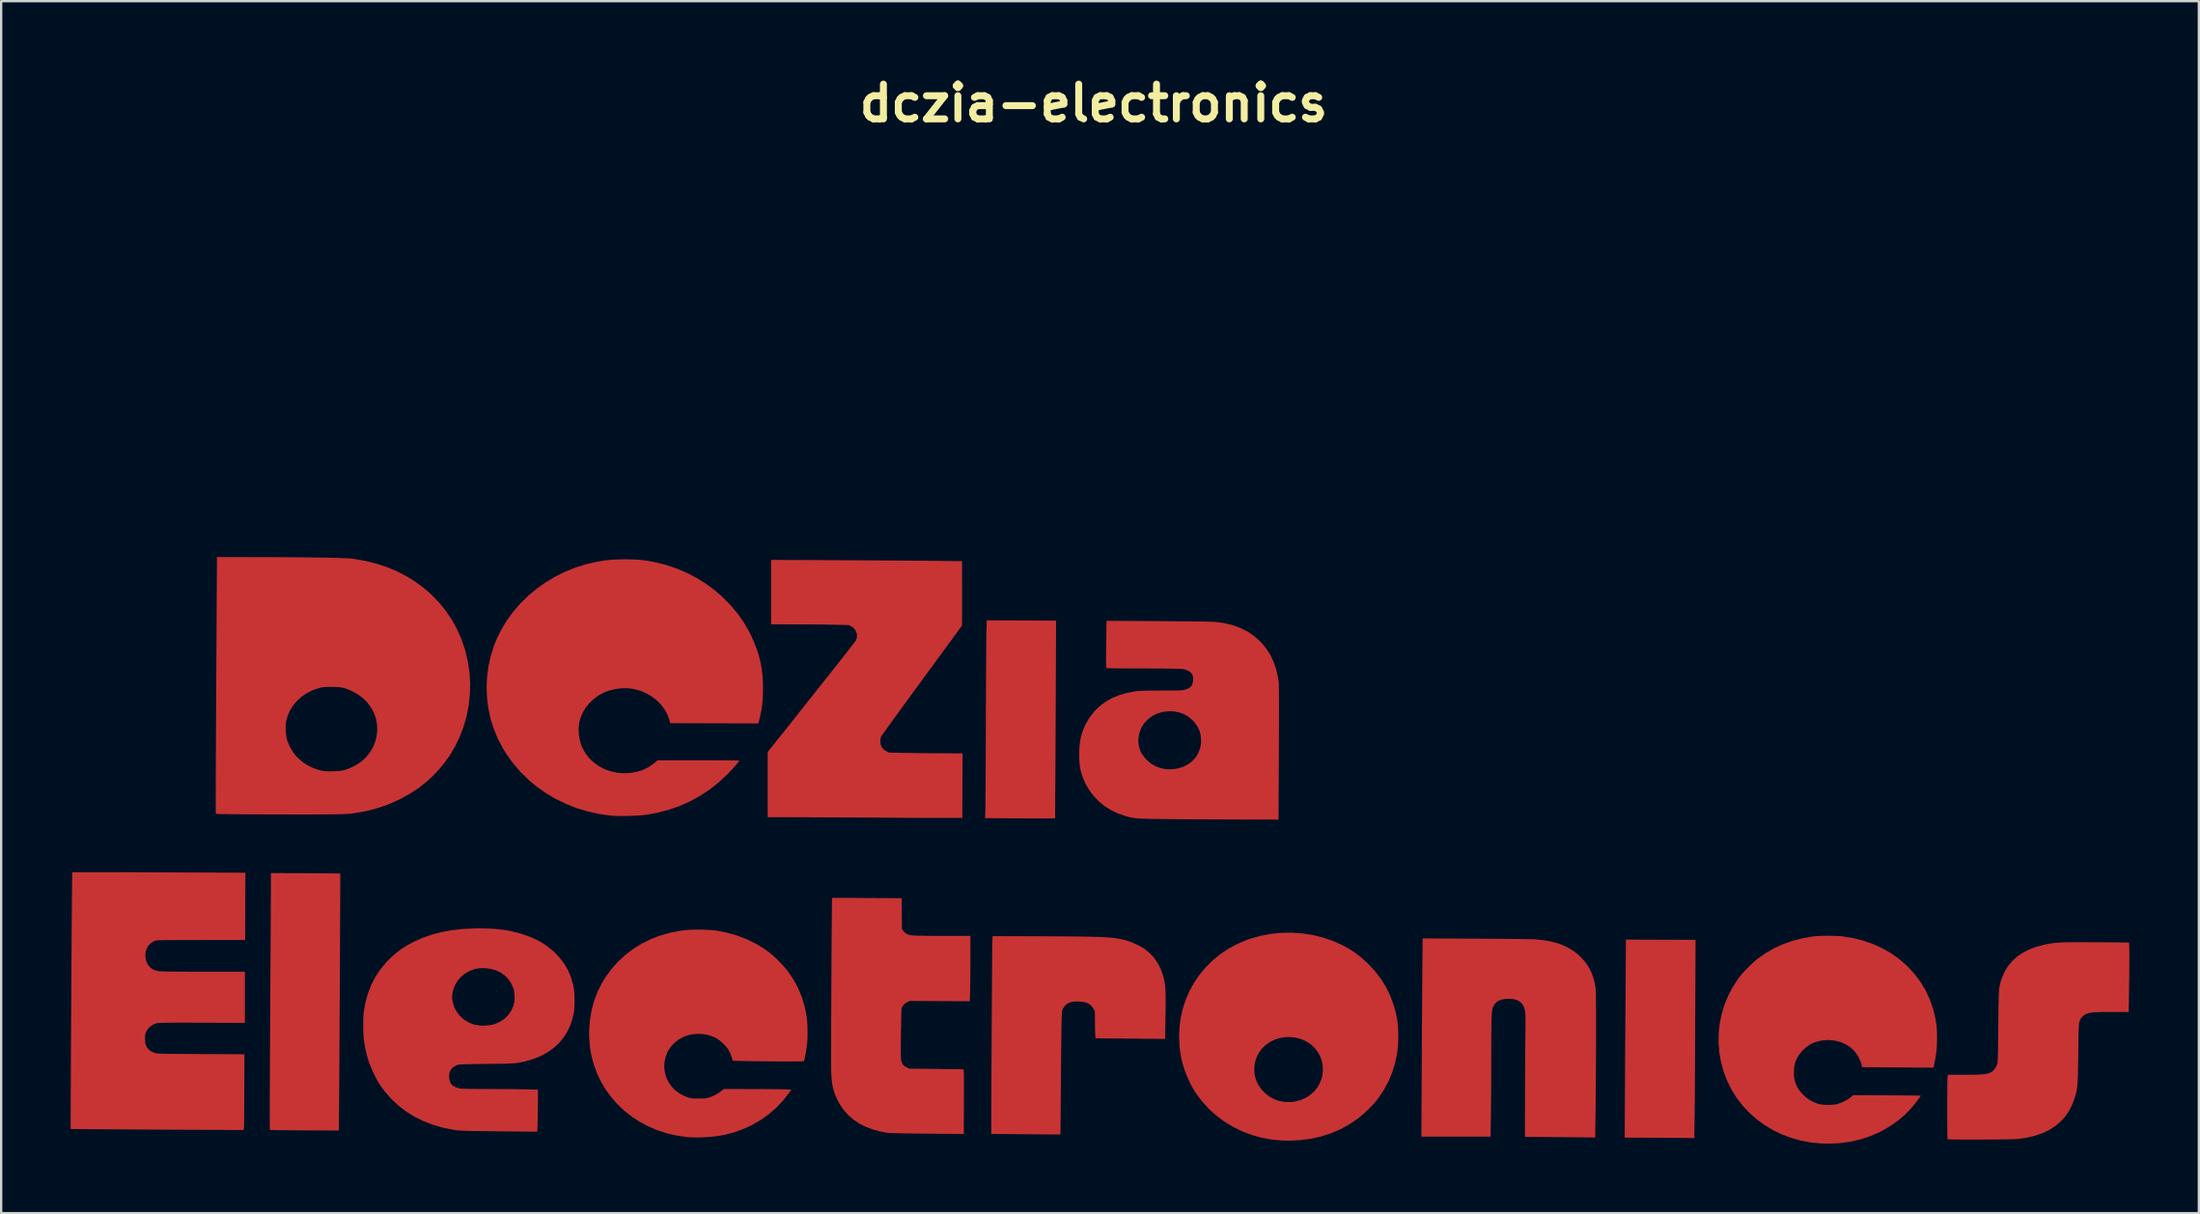
<source format=kicad_pcb>
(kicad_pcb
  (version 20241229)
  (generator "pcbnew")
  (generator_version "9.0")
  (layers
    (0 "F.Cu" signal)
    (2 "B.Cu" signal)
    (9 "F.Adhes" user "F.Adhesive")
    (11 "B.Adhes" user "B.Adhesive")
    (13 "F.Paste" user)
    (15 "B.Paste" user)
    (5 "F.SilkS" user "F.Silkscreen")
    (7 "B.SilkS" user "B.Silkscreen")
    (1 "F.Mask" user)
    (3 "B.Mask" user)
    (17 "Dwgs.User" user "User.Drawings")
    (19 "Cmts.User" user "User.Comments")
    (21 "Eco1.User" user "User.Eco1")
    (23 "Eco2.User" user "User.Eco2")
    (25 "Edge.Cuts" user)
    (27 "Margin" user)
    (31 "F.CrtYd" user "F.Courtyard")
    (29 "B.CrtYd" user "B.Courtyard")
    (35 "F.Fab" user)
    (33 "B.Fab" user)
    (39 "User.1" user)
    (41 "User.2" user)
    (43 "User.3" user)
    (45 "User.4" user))
  (footprint "dczia-electronics"
    (layer "F.Cu")
    (at 44.147 1.404)
    (property "Reference" "dczia-electronics" (at 0 0 0) (layer "F.SilkS") (effects (font (size 1.5 1.5) (thickness 0.3))))
    (attr board_only exclude_from_pos_files exclude_from_bom)
    (fp_poly (pts (xy 23.086 36.109) (xy 23.126 36.11) (xy 23.205 36.11) (xy 23.318 36.11) (xy 23.462 36.111) (xy 23.633 36.112) (xy 23.826 36.112) (xy 24.039 36.113) (xy 24.267 36.114) (xy 24.507 36.115) (xy 24.587 36.115) (xy 25.978 36.119) (xy 25.964 39.472) (xy 25.963 39.863) (xy 25.961 40.254) (xy 25.959 40.64) (xy 25.957 41.02) (xy 25.955 41.39) (xy 25.953 41.746) (xy 25.951 42.085) (xy 25.949 42.405) (xy 25.947 42.702) (xy 25.945 42.973) (xy 25.943 43.215) (xy 25.941 43.424) (xy 25.939 43.598) (xy 25.937 43.733) (xy 25.937 43.751) (xy 25.924 44.678) (xy 25.582 44.673) (xy 25.494 44.672) (xy 25.37 44.67) (xy 25.213 44.669) (xy 25.031 44.668) (xy 24.829 44.666) (xy 24.611 44.665) (xy 24.384 44.663) (xy 24.153 44.662) (xy 24.08 44.662) (xy 22.919 44.656) (xy 22.934 42.098) (xy 22.936 41.73) (xy 22.938 41.344) (xy 22.94 40.948) (xy 22.943 40.545) (xy 22.945 40.142) (xy 22.948 39.744) (xy 22.951 39.357) (xy 22.953 38.986) (xy 22.955 38.636) (xy 22.958 38.314) (xy 22.96 38.024) (xy 22.961 37.825) (xy 22.974 36.109)) (stroke (width 0) (type solid)) (fill yes) (layer "F.Cu"))
    (fp_poly (pts (xy -3.117 22.333) (xy -1.621 22.339) (xy -1.629 24.68) (xy -1.631 25.044) (xy -1.632 25.433) (xy -1.634 25.84) (xy -1.636 26.258) (xy -1.638 26.68) (xy -1.64 27.1) (xy -1.642 27.512) (xy -1.644 27.908) (xy -1.646 28.282) (xy -1.648 28.627) (xy -1.65 28.937) (xy -1.65 28.948) (xy -1.663 30.876) (xy -2.521 30.877) (xy -2.743 30.877) (xy -2.982 30.876) (xy -3.228 30.875) (xy -3.471 30.874) (xy -3.699 30.873) (xy -3.903 30.872) (xy -4.032 30.871) (xy -4.686 30.865) (xy -4.674 30.585) (xy -4.672 30.532) (xy -4.671 30.441) (xy -4.669 30.311) (xy -4.667 30.147) (xy -4.666 29.95) (xy -4.664 29.722) (xy -4.662 29.468) (xy -4.66 29.188) (xy -4.659 28.885) (xy -4.657 28.562) (xy -4.655 28.221) (xy -4.654 27.864) (xy -4.652 27.495) (xy -4.651 27.115) (xy -4.65 26.809) (xy -4.649 26.418) (xy -4.647 26.034) (xy -4.646 25.659) (xy -4.644 25.295) (xy -4.643 24.945) (xy -4.641 24.612) (xy -4.639 24.298) (xy -4.637 24.007) (xy -4.636 23.74) (xy -4.634 23.501) (xy -4.632 23.291) (xy -4.63 23.114) (xy -4.629 22.972) (xy -4.627 22.869) (xy -4.626 22.821) (xy -4.613 22.328)) (stroke (width 0) (type solid)) (fill yes) (layer "F.Cu"))
    (fp_poly (pts (xy -34.013 33.243) (xy -33.766 33.244) (xy -33.531 33.245) (xy -33.312 33.247) (xy -33.113 33.249) (xy -32.936 33.25) (xy -32.786 33.252) (xy -32.665 33.254) (xy -32.577 33.256) (xy -32.526 33.258) (xy -32.513 33.259) (xy -32.513 33.281) (xy -32.512 33.343) (xy -32.512 33.443) (xy -32.513 33.579) (xy -32.513 33.75) (xy -32.514 33.952) (xy -32.514 34.184) (xy -32.515 34.444) (xy -32.517 34.729) (xy -32.518 35.038) (xy -32.519 35.368) (xy -32.521 35.718) (xy -32.523 36.085) (xy -32.524 36.468) (xy -32.526 36.863) (xy -32.528 37.27) (xy -32.531 37.685) (xy -32.533 38.108) (xy -32.535 38.535) (xy -32.537 38.965) (xy -32.54 39.395) (xy -32.542 39.824) (xy -32.544 40.25) (xy -32.547 40.669) (xy -32.549 41.081) (xy -32.552 41.484) (xy -32.554 41.874) (xy -32.556 42.25) (xy -32.559 42.61) (xy -32.561 42.952) (xy -32.563 43.273) (xy -32.565 43.523) (xy -32.571 44.349) (xy -32.687 44.35) (xy -32.729 44.35) (xy -32.808 44.35) (xy -32.923 44.349) (xy -33.067 44.349) (xy -33.239 44.348) (xy -33.433 44.348) (xy -33.646 44.347) (xy -33.873 44.346) (xy -34.111 44.345) (xy -34.169 44.345) (xy -34.406 44.343) (xy -34.63 44.342) (xy -34.838 44.34) (xy -35.027 44.337) (xy -35.192 44.335) (xy -35.33 44.332) (xy -35.438 44.329) (xy -35.511 44.326) (xy -35.547 44.324) (xy -35.55 44.323) (xy -35.551 44.3) (xy -35.552 44.238) (xy -35.553 44.136) (xy -35.554 43.998) (xy -35.554 43.824) (xy -35.554 43.618) (xy -35.553 43.381) (xy -35.553 43.114) (xy -35.552 42.819) (xy -35.551 42.499) (xy -35.55 42.155) (xy -35.548 41.789) (xy -35.547 41.403) (xy -35.545 40.998) (xy -35.543 40.577) (xy -35.541 40.142) (xy -35.538 39.694) (xy -35.536 39.308) (xy -35.533 38.843) (xy -35.53 38.385) (xy -35.528 37.936) (xy -35.525 37.499) (xy -35.523 37.075) (xy -35.521 36.667) (xy -35.518 36.277) (xy -35.516 35.906) (xy -35.514 35.558) (xy -35.513 35.233) (xy -35.511 34.935) (xy -35.51 34.665) (xy -35.509 34.425) (xy -35.507 34.218) (xy -35.507 34.045) (xy -35.506 33.91) (xy -35.506 33.813) (xy -35.506 33.773) (xy -35.505 33.237)) (stroke (width 0) (type solid)) (fill yes) (layer "F.Cu"))
    (fp_poly (pts (xy -11.074 19.73) (xy -10.702 19.732) (xy -10.324 19.734) (xy -9.943 19.736) (xy -9.564 19.738) (xy -9.19 19.741) (xy -8.827 19.743) (xy -8.479 19.745) (xy -8.148 19.748) (xy -7.84 19.75) (xy -7.559 19.752) (xy -7.309 19.754) (xy -7.094 19.756) (xy -6.954 19.757) (xy -5.677 19.771) (xy -5.678 21.161) (xy -5.678 22.551) (xy -7.412 24.916) (xy -7.619 25.199) (xy -7.819 25.473) (xy -8.011 25.737) (xy -8.194 25.987) (xy -8.366 26.223) (xy -8.525 26.443) (xy -8.67 26.643) (xy -8.8 26.823) (xy -8.913 26.98) (xy -9.008 27.113) (xy -9.083 27.218) (xy -9.137 27.295) (xy -9.168 27.34) (xy -9.175 27.353) (xy -9.191 27.412) (xy -9.202 27.494) (xy -9.205 27.562) (xy -9.188 27.701) (xy -9.138 27.816) (xy -9.053 27.909) (xy -8.951 27.974) (xy -8.826 28.037) (xy -8.052 28.051) (xy -7.832 28.054) (xy -7.583 28.058) (xy -7.317 28.061) (xy -7.048 28.063) (xy -6.787 28.065) (xy -6.548 28.067) (xy -6.466 28.067) (xy -5.656 28.069) (xy -5.661 29.462) (xy -5.667 30.855) (xy -6.472 30.856) (xy -6.61 30.856) (xy -6.785 30.856) (xy -6.995 30.855) (xy -7.234 30.855) (xy -7.497 30.854) (xy -7.782 30.852) (xy -8.083 30.851) (xy -8.396 30.85) (xy -8.717 30.848) (xy -9.041 30.846) (xy -9.364 30.844) (xy -9.469 30.843) (xy -9.803 30.841) (xy -10.147 30.839) (xy -10.496 30.837) (xy -10.846 30.835) (xy -11.19 30.833) (xy -11.523 30.832) (xy -11.841 30.83) (xy -12.138 30.829) (xy -12.409 30.828) (xy -12.648 30.827) (xy -12.85 30.826) (xy -12.864 30.826) (xy -14.066 30.823) (xy -14.066 29.418) (xy -14.066 28.013) (xy -12.186 25.648) (xy -11.965 25.369) (xy -11.75 25.098) (xy -11.544 24.837) (xy -11.347 24.589) (xy -11.162 24.354) (xy -10.989 24.135) (xy -10.831 23.934) (xy -10.689 23.753) (xy -10.565 23.594) (xy -10.459 23.458) (xy -10.374 23.348) (xy -10.311 23.266) (xy -10.272 23.213) (xy -10.259 23.193) (xy -10.216 23.071) (xy -10.212 22.945) (xy -10.244 22.823) (xy -10.308 22.712) (xy -10.403 22.621) (xy -10.444 22.596) (xy -10.56 22.53) (xy -11.238 22.516) (xy -11.41 22.513) (xy -11.615 22.51) (xy -11.845 22.507) (xy -12.091 22.505) (xy -12.343 22.503) (xy -12.594 22.501) (xy -12.835 22.5) (xy -12.917 22.5) (xy -13.918 22.498) (xy -13.918 21.107) (xy -13.918 19.717)) (stroke (width 0) (type solid)) (fill yes) (layer "F.Cu"))
    (fp_poly (pts (xy 9.006 35.842) (xy 9.452 35.911) (xy 9.888 36.017) (xy 10.311 36.16) (xy 10.707 36.336) (xy 11.005 36.498) (xy 11.277 36.673) (xy 11.535 36.87) (xy 11.791 37.099) (xy 11.828 37.135) (xy 12.126 37.452) (xy 12.386 37.786) (xy 12.607 38.139) (xy 12.792 38.512) (xy 12.94 38.906) (xy 13.005 39.128) (xy 13.057 39.342) (xy 13.096 39.54) (xy 13.123 39.739) (xy 13.141 39.953) (xy 13.149 40.135) (xy 13.144 40.58) (xy 13.099 41.014) (xy 13.014 41.434) (xy 12.889 41.84) (xy 12.725 42.231) (xy 12.522 42.607) (xy 12.279 42.966) (xy 12.263 42.988) (xy 12.159 43.115) (xy 12.03 43.259) (xy 11.884 43.409) (xy 11.731 43.556) (xy 11.581 43.692) (xy 11.442 43.806) (xy 11.4 43.839) (xy 11.026 44.09) (xy 10.635 44.303) (xy 10.226 44.477) (xy 9.8 44.613) (xy 9.357 44.71) (xy 8.896 44.768) (xy 8.418 44.788) (xy 8.114 44.781) (xy 7.672 44.74) (xy 7.241 44.66) (xy 6.823 44.543) (xy 6.419 44.39) (xy 6.033 44.202) (xy 5.668 43.982) (xy 5.325 43.73) (xy 5.008 43.449) (xy 4.718 43.139) (xy 4.459 42.802) (xy 4.339 42.619) (xy 4.188 42.352) (xy 4.051 42.058) (xy 3.931 41.752) (xy 3.914 41.696) (xy 6.931 41.696) (xy 6.946 41.925) (xy 6.959 41.998) (xy 7.024 42.209) (xy 7.126 42.41) (xy 7.261 42.596) (xy 7.422 42.76) (xy 7.605 42.898) (xy 7.805 43.005) (xy 7.951 43.057) (xy 8.174 43.108) (xy 8.383 43.127) (xy 8.594 43.115) (xy 8.686 43.101) (xy 8.929 43.038) (xy 9.153 42.941) (xy 9.353 42.813) (xy 9.526 42.656) (xy 9.669 42.473) (xy 9.746 42.337) (xy 9.819 42.171) (xy 9.864 42.016) (xy 9.888 41.856) (xy 9.893 41.712) (xy 9.885 41.534) (xy 9.857 41.376) (xy 9.806 41.221) (xy 9.746 41.087) (xy 9.627 40.892) (xy 9.481 40.725) (xy 9.311 40.585) (xy 9.121 40.474) (xy 8.916 40.392) (xy 8.701 40.339) (xy 8.479 40.315) (xy 8.256 40.322) (xy 8.034 40.358) (xy 7.82 40.426) (xy 7.617 40.524) (xy 7.429 40.655) (xy 7.261 40.817) (xy 7.229 40.855) (xy 7.105 41.039) (xy 7.012 41.246) (xy 6.954 41.467) (xy 6.931 41.696) (xy 3.914 41.696) (xy 3.836 41.446) (xy 3.774 41.182) (xy 3.71 40.746) (xy 3.688 40.315) (xy 3.705 39.891) (xy 3.761 39.477) (xy 3.854 39.074) (xy 3.983 38.685) (xy 4.147 38.312) (xy 4.345 37.956) (xy 4.575 37.62) (xy 4.837 37.307) (xy 5.128 37.017) (xy 5.448 36.753) (xy 5.796 36.518) (xy 6.17 36.312) (xy 6.569 36.139) (xy 6.768 36.069) (xy 7.204 35.946) (xy 7.65 35.863) (xy 8.101 35.818) (xy 8.555 35.811)) (stroke (width 0) (type solid)) (fill yes) (layer "F.Cu"))
    (fp_poly (pts (xy 16.469 36.069) (xy 16.783 36.07) (xy 17.09 36.072) (xy 17.388 36.074) (xy 17.672 36.077) (xy 17.94 36.079) (xy 18.188 36.082) (xy 18.412 36.085) (xy 18.611 36.088) (xy 18.779 36.091) (xy 18.915 36.094) (xy 19.014 36.097) (xy 19.066 36.1) (xy 19.441 36.138) (xy 19.785 36.201) (xy 20.098 36.291) (xy 20.384 36.409) (xy 20.643 36.555) (xy 20.88 36.73) (xy 21.073 36.913) (xy 21.254 37.128) (xy 21.402 37.359) (xy 21.518 37.609) (xy 21.604 37.884) (xy 21.661 38.188) (xy 21.669 38.248) (xy 21.672 38.295) (xy 21.675 38.382) (xy 21.677 38.504) (xy 21.679 38.661) (xy 21.681 38.847) (xy 21.682 39.062) (xy 21.683 39.301) (xy 21.683 39.561) (xy 21.683 39.841) (xy 21.683 40.136) (xy 21.683 40.444) (xy 21.682 40.762) (xy 21.681 41.087) (xy 21.68 41.415) (xy 21.678 41.745) (xy 21.676 42.073) (xy 21.674 42.395) (xy 21.671 42.71) (xy 21.668 43.014) (xy 21.665 43.305) (xy 21.662 43.578) (xy 21.658 43.832) (xy 21.658 43.846) (xy 21.645 44.657) (xy 21.515 44.651) (xy 21.472 44.65) (xy 21.39 44.649) (xy 21.273 44.648) (xy 21.127 44.646) (xy 20.953 44.644) (xy 20.757 44.642) (xy 20.542 44.64) (xy 20.313 44.638) (xy 20.073 44.636) (xy 20 44.636) (xy 18.615 44.625) (xy 18.618 42.972) (xy 18.619 42.679) (xy 18.62 42.373) (xy 18.621 42.061) (xy 18.623 41.75) (xy 18.624 41.445) (xy 18.626 41.154) (xy 18.628 40.883) (xy 18.631 40.638) (xy 18.633 40.425) (xy 18.634 40.324) (xy 18.637 40.065) (xy 18.639 39.845) (xy 18.639 39.661) (xy 18.639 39.511) (xy 18.636 39.391) (xy 18.633 39.299) (xy 18.627 39.232) (xy 18.622 39.191) (xy 18.576 39.027) (xy 18.504 38.895) (xy 18.404 38.793) (xy 18.276 38.721) (xy 18.119 38.679) (xy 17.93 38.664) (xy 17.849 38.666) (xy 17.666 38.686) (xy 17.516 38.73) (xy 17.397 38.8) (xy 17.304 38.897) (xy 17.244 39.005) (xy 17.23 39.041) (xy 17.217 39.083) (xy 17.207 39.133) (xy 17.197 39.193) (xy 17.189 39.268) (xy 17.183 39.358) (xy 17.177 39.468) (xy 17.172 39.599) (xy 17.169 39.755) (xy 17.166 39.938) (xy 17.164 40.15) (xy 17.162 40.395) (xy 17.161 40.676) (xy 17.161 40.994) (xy 17.16 41.237) (xy 17.16 41.523) (xy 17.159 41.819) (xy 17.158 42.119) (xy 17.157 42.417) (xy 17.155 42.706) (xy 17.153 42.98) (xy 17.151 43.233) (xy 17.149 43.459) (xy 17.146 43.652) (xy 17.145 43.721) (xy 17.131 44.614) (xy 15.638 44.614) (xy 14.145 44.614) (xy 14.159 41.844) (xy 14.161 41.47) (xy 14.163 41.086) (xy 14.165 40.695) (xy 14.167 40.302) (xy 14.169 39.913) (xy 14.172 39.531) (xy 14.174 39.161) (xy 14.177 38.809) (xy 14.179 38.478) (xy 14.181 38.173) (xy 14.183 37.9) (xy 14.185 37.662) (xy 14.186 37.566) (xy 14.199 36.058)) (stroke (width 0) (type solid)) (fill yes) (layer "F.Cu"))
    (fp_poly (pts (xy -2.365 35.966) (xy -1.927 35.967) (xy -1.529 35.969) (xy -1.169 35.971) (xy -0.843 35.974) (xy -0.551 35.977) (xy -0.288 35.982) (xy -0.054 35.987) (xy 0.155 35.993) (xy 0.341 36) (xy 0.506 36.008) (xy 0.653 36.018) (xy 0.784 36.029) (xy 0.901 36.042) (xy 1.008 36.057) (xy 1.106 36.074) (xy 1.197 36.092) (xy 1.285 36.113) (xy 1.372 36.135) (xy 1.43 36.152) (xy 1.586 36.204) (xy 1.757 36.275) (xy 1.928 36.355) (xy 2.085 36.44) (xy 2.183 36.502) (xy 2.406 36.678) (xy 2.6 36.885) (xy 2.765 37.121) (xy 2.899 37.383) (xy 3 37.669) (xy 3.019 37.738) (xy 3.041 37.832) (xy 3.06 37.926) (xy 3.075 38.023) (xy 3.087 38.129) (xy 3.096 38.248) (xy 3.103 38.384) (xy 3.107 38.541) (xy 3.108 38.724) (xy 3.108 38.938) (xy 3.105 39.186) (xy 3.102 39.407) (xy 3.087 40.397) (xy 1.602 40.385) (xy 1.354 40.383) (xy 1.119 40.381) (xy 0.9 40.379) (xy 0.699 40.377) (xy 0.521 40.375) (xy 0.369 40.373) (xy 0.247 40.371) (xy 0.158 40.369) (xy 0.105 40.367) (xy 0.091 40.366) (xy 0.083 40.351) (xy 0.076 40.309) (xy 0.071 40.237) (xy 0.066 40.132) (xy 0.063 39.992) (xy 0.06 39.812) (xy 0.06 39.78) (xy 0.053 39.202) (xy -0.011 39.087) (xy -0.091 38.974) (xy -0.193 38.888) (xy -0.32 38.829) (xy -0.477 38.793) (xy -0.667 38.78) (xy -0.688 38.78) (xy -0.852 38.787) (xy -0.983 38.809) (xy -1.09 38.85) (xy -1.182 38.912) (xy -1.218 38.946) (xy -1.278 39.019) (xy -1.329 39.102) (xy -1.345 39.139) (xy -1.35 39.154) (xy -1.355 39.172) (xy -1.359 39.194) (xy -1.363 39.223) (xy -1.366 39.26) (xy -1.37 39.307) (xy -1.373 39.365) (xy -1.376 39.437) (xy -1.379 39.524) (xy -1.381 39.627) (xy -1.384 39.749) (xy -1.387 39.891) (xy -1.389 40.055) (xy -1.392 40.242) (xy -1.395 40.455) (xy -1.397 40.694) (xy -1.4 40.963) (xy -1.403 41.261) (xy -1.406 41.592) (xy -1.409 41.956) (xy -1.412 42.356) (xy -1.416 42.793) (xy -1.42 43.269) (xy -1.424 43.786) (xy -1.424 43.809) (xy -1.43 44.519) (xy -1.642 44.519) (xy -1.702 44.519) (xy -1.799 44.519) (xy -1.93 44.518) (xy -2.09 44.517) (xy -2.275 44.516) (xy -2.479 44.514) (xy -2.699 44.513) (xy -2.929 44.511) (xy -3.135 44.509) (xy -4.417 44.498) (xy -4.417 44.265) (xy -4.417 44.097) (xy -4.416 43.898) (xy -4.416 43.671) (xy -4.415 43.418) (xy -4.414 43.142) (xy -4.413 42.845) (xy -4.412 42.53) (xy -4.41 42.2) (xy -4.409 41.856) (xy -4.407 41.502) (xy -4.405 41.141) (xy -4.403 40.774) (xy -4.401 40.405) (xy -4.399 40.036) (xy -4.397 39.67) (xy -4.395 39.309) (xy -4.393 38.955) (xy -4.391 38.612) (xy -4.389 38.282) (xy -4.387 37.968) (xy -4.385 37.672) (xy -4.383 37.396) (xy -4.381 37.144) (xy -4.379 36.918) (xy -4.378 36.721) (xy -4.376 36.554) (xy -4.375 36.421) (xy -4.373 36.325) (xy -4.372 36.267) (xy -4.372 36.257) (xy -4.359 35.96)) (stroke (width 0) (type solid)) (fill yes) (layer "F.Cu"))
    (fp_poly (pts (xy -19.982 19.695) (xy -19.763 19.703) (xy -19.563 19.717) (xy -19.371 19.739) (xy -19.174 19.77) (xy -18.961 19.81) (xy -18.908 19.821) (xy -18.434 19.941) (xy -17.975 20.097) (xy -17.532 20.287) (xy -17.109 20.51) (xy -16.706 20.764) (xy -16.327 21.047) (xy -15.973 21.358) (xy -15.647 21.694) (xy -15.35 22.053) (xy -15.084 22.435) (xy -14.853 22.836) (xy -14.657 23.255) (xy -14.525 23.611) (xy -14.437 23.896) (xy -14.37 24.165) (xy -14.322 24.43) (xy -14.29 24.701) (xy -14.273 24.992) (xy -14.269 25.262) (xy -14.273 25.534) (xy -14.285 25.776) (xy -14.307 26) (xy -14.34 26.217) (xy -14.385 26.439) (xy -14.444 26.678) (xy -14.449 26.698) (xy -14.471 26.777) (xy -16.371 26.772) (xy -18.271 26.766) (xy -18.307 26.632) (xy -18.393 26.393) (xy -18.516 26.168) (xy -18.673 25.96) (xy -18.86 25.773) (xy -19.074 25.61) (xy -19.31 25.473) (xy -19.565 25.367) (xy -19.836 25.293) (xy -19.895 25.281) (xy -20.144 25.256) (xy -20.408 25.263) (xy -20.673 25.299) (xy -20.929 25.364) (xy -21.129 25.441) (xy -21.365 25.568) (xy -21.58 25.726) (xy -21.77 25.909) (xy -21.931 26.112) (xy -22.061 26.333) (xy -22.155 26.565) (xy -22.199 26.744) (xy -22.224 26.978) (xy -22.218 27.224) (xy -22.181 27.469) (xy -22.116 27.701) (xy -22.066 27.825) (xy -21.934 28.062) (xy -21.769 28.274) (xy -21.576 28.459) (xy -21.358 28.616) (xy -21.118 28.744) (xy -20.859 28.839) (xy -20.585 28.901) (xy -20.3 28.927) (xy -20.008 28.917) (xy -19.718 28.868) (xy -19.451 28.784) (xy -19.206 28.664) (xy -18.982 28.508) (xy -18.962 28.492) (xy -18.812 28.366) (xy -17.054 28.366) (xy -16.785 28.366) (xy -16.528 28.367) (xy -16.288 28.368) (xy -16.066 28.369) (xy -15.866 28.371) (xy -15.691 28.372) (xy -15.544 28.375) (xy -15.428 28.377) (xy -15.346 28.379) (xy -15.302 28.382) (xy -15.295 28.384) (xy -15.309 28.412) (xy -15.349 28.465) (xy -15.409 28.539) (xy -15.487 28.629) (xy -15.577 28.729) (xy -15.675 28.836) (xy -15.778 28.943) (xy -15.801 28.966) (xy -16.171 29.314) (xy -16.564 29.625) (xy -16.978 29.901) (xy -17.414 30.14) (xy -17.871 30.342) (xy -18.35 30.508) (xy -18.849 30.637) (xy -19.288 30.718) (xy -19.428 30.735) (xy -19.599 30.749) (xy -19.793 30.76) (xy -19.999 30.768) (xy -20.208 30.773) (xy -20.41 30.774) (xy -20.595 30.771) (xy -20.753 30.764) (xy -20.824 30.758) (xy -21.332 30.688) (xy -21.825 30.58) (xy -22.304 30.435) (xy -22.764 30.255) (xy -23.205 30.041) (xy -23.625 29.794) (xy -24.022 29.516) (xy -24.393 29.206) (xy -24.737 28.868) (xy -25.051 28.501) (xy -25.335 28.108) (xy -25.494 27.852) (xy -25.708 27.444) (xy -25.884 27.02) (xy -26.021 26.585) (xy -26.119 26.14) (xy -26.178 25.689) (xy -26.197 25.234) (xy -26.177 24.778) (xy -26.118 24.324) (xy -26.019 23.874) (xy -25.88 23.432) (xy -25.751 23.11) (xy -25.547 22.699) (xy -25.307 22.306) (xy -25.032 21.934) (xy -24.726 21.583) (xy -24.39 21.256) (xy -24.028 20.955) (xy -23.641 20.681) (xy -23.232 20.437) (xy -22.804 20.225) (xy -22.358 20.046) (xy -21.898 19.903) (xy -21.537 19.818) (xy -21.322 19.777) (xy -21.13 19.746) (xy -20.95 19.723) (xy -20.77 19.707) (xy -20.577 19.698) (xy -20.359 19.694) (xy -20.231 19.693)) (stroke (width 0) (type solid)) (fill yes) (layer "F.Cu"))
    (fp_poly (pts (xy -10.98 34.31) (xy -10.823 34.31) (xy -10.64 34.311) (xy -10.435 34.311) (xy -10.212 34.312) (xy -9.974 34.314) (xy -9.783 34.315) (xy -8.285 34.323) (xy -8.279 34.984) (xy -8.272 35.646) (xy -8.214 35.734) (xy -8.14 35.817) (xy -8.042 35.876) (xy -7.912 35.915) (xy -7.833 35.929) (xy -7.783 35.932) (xy -7.695 35.936) (xy -7.573 35.939) (xy -7.423 35.942) (xy -7.248 35.945) (xy -7.054 35.947) (xy -6.844 35.948) (xy -6.623 35.949) (xy -6.498 35.949) (xy -5.317 35.95) (xy -5.317 36.961) (xy -5.318 37.182) (xy -5.319 37.404) (xy -5.32 37.621) (xy -5.322 37.826) (xy -5.324 38.013) (xy -5.327 38.175) (xy -5.329 38.305) (xy -5.331 38.372) (xy -5.345 38.771) (xy -6.639 38.764) (xy -7.934 38.757) (xy -8.055 38.817) (xy -8.139 38.865) (xy -8.197 38.919) (xy -8.235 38.975) (xy -8.294 39.074) (xy -8.31 39.911) (xy -8.314 40.11) (xy -8.317 40.308) (xy -8.32 40.499) (xy -8.321 40.674) (xy -8.322 40.829) (xy -8.322 40.954) (xy -8.321 41.045) (xy -8.321 41.046) (xy -8.318 41.167) (xy -8.313 41.255) (xy -8.306 41.319) (xy -8.294 41.369) (xy -8.278 41.413) (xy -8.26 41.448) (xy -8.221 41.514) (xy -8.174 41.562) (xy -8.104 41.605) (xy -8.082 41.617) (xy -7.958 41.68) (xy -6.812 41.693) (xy -6.595 41.696) (xy -6.39 41.699) (xy -6.201 41.701) (xy -6.032 41.703) (xy -5.887 41.705) (xy -5.771 41.707) (xy -5.687 41.708) (xy -5.639 41.709) (xy -5.63 41.709) (xy -5.622 41.712) (xy -5.616 41.72) (xy -5.611 41.736) (xy -5.606 41.764) (xy -5.603 41.807) (xy -5.6 41.867) (xy -5.598 41.948) (xy -5.597 42.052) (xy -5.596 42.183) (xy -5.596 42.344) (xy -5.596 42.537) (xy -5.597 42.766) (xy -5.598 43.033) (xy -5.598 43.105) (xy -5.603 44.498) (xy -5.677 44.499) (xy -5.71 44.499) (xy -5.782 44.499) (xy -5.889 44.498) (xy -6.028 44.497) (xy -6.195 44.495) (xy -6.387 44.494) (xy -6.599 44.492) (xy -6.829 44.49) (xy -7.073 44.487) (xy -7.277 44.485) (xy -7.529 44.483) (xy -7.771 44.48) (xy -7.997 44.477) (xy -8.206 44.474) (xy -8.393 44.47) (xy -8.555 44.467) (xy -8.688 44.464) (xy -8.788 44.461) (xy -8.853 44.458) (xy -8.876 44.456) (xy -8.928 44.446) (xy -9.009 44.43) (xy -9.106 44.411) (xy -9.172 44.399) (xy -9.506 44.315) (xy -9.818 44.2) (xy -10.106 44.054) (xy -10.367 43.879) (xy -10.599 43.676) (xy -10.8 43.448) (xy -10.969 43.196) (xy -11.026 43.089) (xy -11.106 42.921) (xy -11.171 42.765) (xy -11.221 42.611) (xy -11.26 42.453) (xy -11.289 42.283) (xy -11.308 42.092) (xy -11.321 41.874) (xy -11.327 41.659) (xy -11.328 41.589) (xy -11.328 41.482) (xy -11.329 41.342) (xy -11.329 41.17) (xy -11.329 40.97) (xy -11.328 40.744) (xy -11.328 40.494) (xy -11.327 40.224) (xy -11.326 39.935) (xy -11.325 39.631) (xy -11.323 39.314) (xy -11.322 38.987) (xy -11.32 38.652) (xy -11.319 38.312) (xy -11.317 37.97) (xy -11.315 37.627) (xy -11.313 37.288) (xy -11.311 36.955) (xy -11.309 36.629) (xy -11.307 36.314) (xy -11.305 36.013) (xy -11.303 35.727) (xy -11.301 35.46) (xy -11.299 35.215) (xy -11.297 34.993) (xy -11.296 34.798) (xy -11.294 34.631) (xy -11.292 34.497) (xy -11.29 34.397) (xy -11.289 34.334) (xy -11.288 34.311) (xy -11.288 34.311) (xy -11.266 34.31) (xy -11.205 34.31) (xy -11.109 34.31)) (stroke (width 0) (type solid)) (fill yes) (layer "F.Cu"))
    (fp_poly (pts (xy 31.874 35.945) (xy 32.045 35.95) (xy 32.197 35.958) (xy 32.317 35.969) (xy 32.779 36.045) (xy 33.222 36.156) (xy 33.643 36.303) (xy 34.041 36.484) (xy 34.417 36.7) (xy 34.767 36.949) (xy 35.092 37.232) (xy 35.156 37.295) (xy 35.443 37.611) (xy 35.694 37.949) (xy 35.908 38.306) (xy 36.085 38.685) (xy 36.225 39.084) (xy 36.328 39.504) (xy 36.364 39.71) (xy 36.383 39.871) (xy 36.395 40.063) (xy 36.4 40.272) (xy 36.399 40.488) (xy 36.391 40.698) (xy 36.376 40.891) (xy 36.365 40.991) (xy 36.35 41.092) (xy 36.332 41.202) (xy 36.312 41.315) (xy 36.292 41.422) (xy 36.273 41.515) (xy 36.257 41.587) (xy 36.245 41.629) (xy 36.241 41.636) (xy 36.22 41.637) (xy 36.159 41.637) (xy 36.063 41.636) (xy 35.934 41.636) (xy 35.777 41.635) (xy 35.594 41.634) (xy 35.388 41.632) (xy 35.164 41.631) (xy 34.924 41.629) (xy 34.702 41.628) (xy 33.167 41.617) (xy 33.142 41.504) (xy 33.105 41.386) (xy 33.045 41.252) (xy 32.972 41.117) (xy 32.892 40.994) (xy 32.836 40.924) (xy 32.667 40.765) (xy 32.47 40.636) (xy 32.252 40.539) (xy 32.016 40.475) (xy 31.768 40.446) (xy 31.608 40.447) (xy 31.357 40.476) (xy 31.13 40.539) (xy 30.923 40.637) (xy 30.732 40.772) (xy 30.621 40.874) (xy 30.469 41.046) (xy 30.356 41.221) (xy 30.279 41.407) (xy 30.235 41.61) (xy 30.221 41.839) (xy 30.226 42.003) (xy 30.244 42.14) (xy 30.278 42.267) (xy 30.332 42.4) (xy 30.374 42.485) (xy 30.464 42.628) (xy 30.585 42.771) (xy 30.725 42.904) (xy 30.875 43.017) (xy 30.994 43.086) (xy 31.093 43.131) (xy 31.198 43.173) (xy 31.29 43.204) (xy 31.31 43.21) (xy 31.427 43.231) (xy 31.571 43.243) (xy 31.727 43.246) (xy 31.881 43.239) (xy 32.018 43.224) (xy 32.094 43.208) (xy 32.229 43.163) (xy 32.372 43.101) (xy 32.51 43.028) (xy 32.628 42.952) (xy 32.675 42.915) (xy 32.78 42.825) (xy 34.232 42.832) (xy 34.477 42.833) (xy 34.708 42.835) (xy 34.923 42.836) (xy 35.119 42.838) (xy 35.292 42.839) (xy 35.438 42.841) (xy 35.555 42.843) (xy 35.638 42.844) (xy 35.684 42.846) (xy 35.693 42.847) (xy 35.686 42.867) (xy 35.656 42.915) (xy 35.609 42.982) (xy 35.548 43.064) (xy 35.478 43.155) (xy 35.404 43.248) (xy 35.331 43.337) (xy 35.293 43.38) (xy 35.032 43.651) (xy 34.736 43.906) (xy 34.412 44.138) (xy 34.068 44.343) (xy 33.908 44.426) (xy 33.5 44.602) (xy 33.076 44.739) (xy 32.635 44.838) (xy 32.181 44.898) (xy 31.713 44.918) (xy 31.385 44.909) (xy 30.939 44.865) (xy 30.506 44.783) (xy 30.089 44.665) (xy 29.689 44.513) (xy 29.308 44.327) (xy 28.948 44.11) (xy 28.612 43.863) (xy 28.301 43.588) (xy 28.018 43.285) (xy 27.763 42.957) (xy 27.541 42.604) (xy 27.351 42.229) (xy 27.198 41.833) (xy 27.192 41.817) (xy 27.077 41.402) (xy 27.004 40.982) (xy 26.97 40.56) (xy 26.977 40.138) (xy 27.023 39.721) (xy 27.108 39.309) (xy 27.231 38.907) (xy 27.393 38.517) (xy 27.592 38.143) (xy 27.827 37.786) (xy 27.911 37.676) (xy 28 37.569) (xy 28.114 37.445) (xy 28.241 37.314) (xy 28.372 37.185) (xy 28.498 37.068) (xy 28.61 36.972) (xy 28.618 36.965) (xy 28.969 36.713) (xy 29.344 36.495) (xy 29.744 36.311) (xy 30.166 36.161) (xy 30.61 36.047) (xy 31.076 35.968) (xy 31.077 35.968) (xy 31.194 35.957) (xy 31.342 35.95) (xy 31.512 35.945) (xy 31.692 35.944)) (stroke (width 0) (type solid)) (fill yes) (layer "F.Cu"))
    (fp_poly (pts (xy -16.861 35.681) (xy -16.648 35.69) (xy -16.451 35.703) (xy -16.282 35.722) (xy -16.248 35.727) (xy -15.795 35.817) (xy -15.36 35.943) (xy -14.945 36.104) (xy -14.552 36.3) (xy -14.183 36.529) (xy -13.918 36.728) (xy -13.799 36.83) (xy -13.666 36.957) (xy -13.527 37.097) (xy -13.393 37.241) (xy -13.273 37.379) (xy -13.179 37.496) (xy -12.945 37.847) (xy -12.747 38.218) (xy -12.587 38.608) (xy -12.466 39.015) (xy -12.383 39.439) (xy -12.38 39.458) (xy -12.363 39.616) (xy -12.352 39.803) (xy -12.346 40.007) (xy -12.346 40.215) (xy -12.351 40.414) (xy -12.363 40.591) (xy -12.371 40.663) (xy -12.384 40.764) (xy -12.403 40.882) (xy -12.424 41.006) (xy -12.445 41.125) (xy -12.466 41.23) (xy -12.483 41.308) (xy -12.491 41.336) (xy -12.495 41.345) (xy -12.507 41.352) (xy -12.528 41.358) (xy -12.564 41.363) (xy -12.616 41.366) (xy -12.691 41.368) (xy -12.79 41.37) (xy -12.918 41.371) (xy -13.078 41.371) (xy -13.275 41.37) (xy -13.427 41.37) (xy -13.652 41.369) (xy -13.889 41.367) (xy -14.13 41.365) (xy -14.366 41.363) (xy -14.587 41.36) (xy -14.785 41.357) (xy -14.951 41.354) (xy -14.964 41.354) (xy -15.576 41.341) (xy -15.605 41.225) (xy -15.67 41.033) (xy -15.764 40.857) (xy -15.895 40.689) (xy -15.971 40.61) (xy -16.126 40.472) (xy -16.283 40.366) (xy -16.457 40.286) (xy -16.642 40.227) (xy -16.818 40.193) (xy -17.012 40.179) (xy -17.209 40.184) (xy -17.391 40.209) (xy -17.465 40.227) (xy -17.7 40.311) (xy -17.911 40.427) (xy -18.096 40.57) (xy -18.251 40.738) (xy -18.372 40.929) (xy -18.382 40.949) (xy -18.471 41.176) (xy -18.52 41.404) (xy -18.53 41.631) (xy -18.503 41.853) (xy -18.44 42.067) (xy -18.343 42.267) (xy -18.215 42.451) (xy -18.055 42.615) (xy -17.867 42.756) (xy -17.651 42.868) (xy -17.53 42.914) (xy -17.46 42.937) (xy -17.397 42.952) (xy -17.333 42.963) (xy -17.257 42.968) (xy -17.158 42.971) (xy -17.043 42.971) (xy -16.916 42.97) (xy -16.821 42.968) (xy -16.748 42.962) (xy -16.686 42.951) (xy -16.625 42.935) (xy -16.556 42.912) (xy -16.399 42.851) (xy -16.265 42.783) (xy -16.133 42.695) (xy -16.075 42.652) (xy -15.955 42.559) (xy -14.677 42.561) (xy -14.442 42.562) (xy -14.216 42.563) (xy -14.001 42.564) (xy -13.804 42.566) (xy -13.627 42.568) (xy -13.476 42.57) (xy -13.355 42.573) (xy -13.268 42.575) (xy -13.223 42.577) (xy -13.047 42.591) (xy -13.137 42.718) (xy -13.404 43.059) (xy -13.701 43.371) (xy -14.026 43.653) (xy -14.376 43.902) (xy -14.75 44.118) (xy -15.146 44.299) (xy -15.56 44.444) (xy -15.888 44.529) (xy -16.134 44.575) (xy -16.407 44.611) (xy -16.693 44.636) (xy -16.979 44.65) (xy -17.253 44.65) (xy -17.502 44.638) (xy -17.538 44.635) (xy -17.983 44.572) (xy -18.412 44.474) (xy -18.822 44.341) (xy -19.213 44.175) (xy -19.582 43.979) (xy -19.928 43.754) (xy -20.249 43.501) (xy -20.545 43.222) (xy -20.812 42.919) (xy -21.05 42.594) (xy -21.257 42.248) (xy -21.432 41.884) (xy -21.572 41.502) (xy -21.677 41.105) (xy -21.744 40.694) (xy -21.773 40.271) (xy -21.771 40.028) (xy -21.737 39.582) (xy -21.664 39.154) (xy -21.553 38.744) (xy -21.403 38.351) (xy -21.214 37.976) (xy -21.063 37.729) (xy -20.807 37.378) (xy -20.521 37.057) (xy -20.207 36.767) (xy -19.867 36.509) (xy -19.503 36.284) (xy -19.114 36.092) (xy -18.704 35.934) (xy -18.274 35.812) (xy -17.824 35.726) (xy -17.654 35.704) (xy -17.488 35.689) (xy -17.293 35.681) (xy -17.08 35.679)) (stroke (width 0) (type solid)) (fill yes) (layer "F.Cu"))
    (fp_poly (pts (xy 42.863 36.222) (xy 43.162 36.223) (xy 43.215 36.223) (xy 43.459 36.224) (xy 43.691 36.226) (xy 43.907 36.227) (xy 44.104 36.229) (xy 44.277 36.23) (xy 44.424 36.232) (xy 44.542 36.234) (xy 44.626 36.236) (xy 44.673 36.238) (xy 44.682 36.239) (xy 44.687 36.263) (xy 44.691 36.327) (xy 44.694 36.428) (xy 44.697 36.565) (xy 44.698 36.733) (xy 44.698 36.932) (xy 44.698 37.159) (xy 44.696 37.41) (xy 44.694 37.684) (xy 44.69 37.978) (xy 44.686 38.29) (xy 44.685 38.34) (xy 44.671 39.233) (xy 43.917 39.234) (xy 43.688 39.234) (xy 43.497 39.236) (xy 43.339 39.24) (xy 43.209 39.246) (xy 43.104 39.254) (xy 43.018 39.265) (xy 42.946 39.28) (xy 42.885 39.298) (xy 42.83 39.321) (xy 42.798 39.336) (xy 42.687 39.416) (xy 42.599 39.526) (xy 42.546 39.641) (xy 42.538 39.668) (xy 42.531 39.703) (xy 42.526 39.747) (xy 42.521 39.804) (xy 42.516 39.878) (xy 42.512 39.972) (xy 42.509 40.09) (xy 42.506 40.235) (xy 42.503 40.41) (xy 42.5 40.619) (xy 42.496 40.865) (xy 42.495 41.013) (xy 42.491 41.3) (xy 42.487 41.549) (xy 42.483 41.763) (xy 42.479 41.946) (xy 42.473 42.103) (xy 42.467 42.236) (xy 42.459 42.351) (xy 42.449 42.45) (xy 42.438 42.539) (xy 42.424 42.62) (xy 42.408 42.697) (xy 42.389 42.775) (xy 42.368 42.852) (xy 42.262 43.167) (xy 42.126 43.453) (xy 41.958 43.71) (xy 41.759 43.939) (xy 41.529 44.139) (xy 41.267 44.311) (xy 40.974 44.454) (xy 40.65 44.569) (xy 40.295 44.656) (xy 39.908 44.714) (xy 39.851 44.72) (xy 39.795 44.723) (xy 39.705 44.726) (xy 39.583 44.729) (xy 39.436 44.732) (xy 39.266 44.734) (xy 39.078 44.736) (xy 38.875 44.738) (xy 38.663 44.739) (xy 38.445 44.74) (xy 38.226 44.741) (xy 38.009 44.741) (xy 37.799 44.741) (xy 37.599 44.741) (xy 37.415 44.74) (xy 37.249 44.739) (xy 37.108 44.737) (xy 36.993 44.735) (xy 36.91 44.732) (xy 36.863 44.729) (xy 36.854 44.727) (xy 36.851 44.704) (xy 36.849 44.643) (xy 36.846 44.548) (xy 36.845 44.424) (xy 36.843 44.275) (xy 36.842 44.106) (xy 36.841 43.92) (xy 36.84 43.724) (xy 36.84 43.52) (xy 36.84 43.313) (xy 36.84 43.108) (xy 36.841 42.909) (xy 36.842 42.72) (xy 36.843 42.546) (xy 36.845 42.391) (xy 36.847 42.26) (xy 36.849 42.157) (xy 36.851 42.086) (xy 36.853 42.056) (xy 36.867 41.945) (xy 37.589 41.944) (xy 37.825 41.943) (xy 38.024 41.941) (xy 38.188 41.936) (xy 38.324 41.929) (xy 38.435 41.919) (xy 38.525 41.906) (xy 38.599 41.889) (xy 38.662 41.868) (xy 38.716 41.843) (xy 38.824 41.77) (xy 38.91 41.669) (xy 38.977 41.537) (xy 39.002 41.468) (xy 39.007 41.44) (xy 39.012 41.39) (xy 39.017 41.316) (xy 39.021 41.217) (xy 39.025 41.089) (xy 39.029 40.931) (xy 39.032 40.741) (xy 39.036 40.515) (xy 39.039 40.252) (xy 39.042 39.95) (xy 39.043 39.869) (xy 39.046 39.562) (xy 39.048 39.293) (xy 39.051 39.06) (xy 39.055 38.859) (xy 39.059 38.687) (xy 39.064 38.54) (xy 39.07 38.415) (xy 39.077 38.309) (xy 39.086 38.217) (xy 39.098 38.137) (xy 39.111 38.065) (xy 39.127 37.998) (xy 39.145 37.932) (xy 39.167 37.864) (xy 39.192 37.79) (xy 39.2 37.766) (xy 39.312 37.501) (xy 39.459 37.258) (xy 39.641 37.04) (xy 39.855 36.845) (xy 40.102 36.676) (xy 40.379 36.534) (xy 40.687 36.418) (xy 41.023 36.329) (xy 41.064 36.321) (xy 41.162 36.302) (xy 41.253 36.285) (xy 41.341 36.271) (xy 41.429 36.259) (xy 41.522 36.249) (xy 41.622 36.24) (xy 41.734 36.234) (xy 41.862 36.229) (xy 42.009 36.226) (xy 42.178 36.223) (xy 42.375 36.222) (xy 42.602 36.222)) (stroke (width 0) (type solid)) (fill yes) (layer "F.Cu"))
    (fp_poly (pts (xy -36.146 19.597) (xy -35.624 19.598) (xy -35.132 19.6) (xy -34.671 19.602) (xy -34.241 19.606) (xy -33.844 19.61) (xy -33.481 19.614) (xy -33.153 19.62) (xy -32.861 19.626) (xy -32.606 19.633) (xy -32.389 19.641) (xy -32.21 19.649) (xy -32.072 19.658) (xy -31.976 19.667) (xy -31.967 19.668) (xy -31.446 19.758) (xy -30.952 19.88) (xy -30.483 20.035) (xy -30.038 20.223) (xy -29.616 20.444) (xy -29.351 20.607) (xy -28.959 20.888) (xy -28.598 21.198) (xy -28.269 21.534) (xy -27.972 21.896) (xy -27.71 22.282) (xy -27.482 22.69) (xy -27.29 23.119) (xy -27.136 23.567) (xy -27.106 23.673) (xy -26.999 24.139) (xy -26.933 24.608) (xy -26.907 25.078) (xy -26.92 25.546) (xy -26.972 26.01) (xy -27.061 26.466) (xy -27.188 26.912) (xy -27.353 27.345) (xy -27.553 27.763) (xy -27.79 28.162) (xy -28.062 28.54) (xy -28.106 28.595) (xy -28.417 28.946) (xy -28.755 29.265) (xy -29.122 29.556) (xy -29.519 29.818) (xy -29.949 30.053) (xy -29.965 30.061) (xy -30.355 30.238) (xy -30.75 30.385) (xy -31.158 30.505) (xy -31.588 30.599) (xy -32.02 30.667) (xy -32.079 30.674) (xy -32.152 30.68) (xy -32.242 30.685) (xy -32.35 30.69) (xy -32.478 30.694) (xy -32.627 30.697) (xy -32.8 30.7) (xy -32.998 30.702) (xy -33.223 30.704) (xy -33.476 30.706) (xy -33.76 30.707) (xy -34.076 30.707) (xy -34.426 30.707) (xy -34.811 30.706) (xy -35.235 30.705) (xy -35.697 30.704) (xy -36.108 30.702) (xy -36.377 30.701) (xy -36.634 30.7) (xy -36.876 30.698) (xy -37.099 30.696) (xy -37.301 30.694) (xy -37.477 30.691) (xy -37.626 30.689) (xy -37.744 30.686) (xy -37.827 30.683) (xy -37.873 30.681) (xy -37.882 30.679) (xy -37.883 30.657) (xy -37.884 30.594) (xy -37.885 30.492) (xy -37.885 30.354) (xy -37.886 30.18) (xy -37.886 29.973) (xy -37.885 29.734) (xy -37.885 29.465) (xy -37.884 29.169) (xy -37.883 28.846) (xy -37.882 28.499) (xy -37.881 28.129) (xy -37.879 27.738) (xy -37.877 27.329) (xy -37.876 26.982) (xy -34.869 26.982) (xy -34.862 27.152) (xy -34.843 27.318) (xy -34.815 27.464) (xy -34.796 27.529) (xy -34.688 27.788) (xy -34.545 28.026) (xy -34.369 28.239) (xy -34.163 28.425) (xy -33.931 28.581) (xy -33.675 28.705) (xy -33.583 28.739) (xy -33.453 28.781) (xy -33.341 28.811) (xy -33.235 28.831) (xy -33.123 28.842) (xy -32.994 28.845) (xy -32.835 28.844) (xy -32.825 28.843) (xy -32.67 28.838) (xy -32.546 28.828) (xy -32.443 28.814) (xy -32.349 28.794) (xy -32.338 28.791) (xy -32.17 28.735) (xy -31.99 28.656) (xy -31.814 28.563) (xy -31.656 28.463) (xy -31.588 28.413) (xy -31.391 28.229) (xy -31.228 28.023) (xy -31.097 27.8) (xy -31.001 27.562) (xy -30.94 27.315) (xy -30.915 27.063) (xy -30.927 26.809) (xy -30.975 26.559) (xy -31.062 26.316) (xy -31.172 26.11) (xy -31.333 25.888) (xy -31.521 25.696) (xy -31.739 25.531) (xy -31.989 25.391) (xy -32.135 25.324) (xy -32.265 25.275) (xy -32.389 25.24) (xy -32.52 25.218) (xy -32.668 25.206) (xy -32.844 25.201) (xy -32.889 25.201) (xy -33.03 25.201) (xy -33.139 25.204) (xy -33.226 25.21) (xy -33.299 25.219) (xy -33.37 25.234) (xy -33.429 25.249) (xy -33.699 25.341) (xy -33.95 25.466) (xy -34.176 25.62) (xy -34.377 25.8) (xy -34.548 26.003) (xy -34.687 26.227) (xy -34.79 26.467) (xy -34.849 26.687) (xy -34.865 26.822) (xy -34.869 26.982) (xy -37.876 26.982) (xy -37.875 26.902) (xy -37.873 26.46) (xy -37.871 26.004) (xy -37.868 25.537) (xy -37.867 25.346) (xy -37.864 24.872) (xy -37.861 24.407) (xy -37.859 23.953) (xy -37.856 23.513) (xy -37.854 23.089) (xy -37.851 22.681) (xy -37.849 22.293) (xy -37.847 21.926) (xy -37.845 21.581) (xy -37.843 21.261) (xy -37.842 20.968) (xy -37.84 20.704) (xy -37.839 20.469) (xy -37.838 20.268) (xy -37.837 20.1) (xy -37.836 19.968) (xy -37.836 19.875) (xy -37.836 19.821) (xy -37.836 19.813) (xy -37.835 19.595)) (stroke (width 0) (type solid)) (fill yes) (layer "F.Cu"))
    (fp_poly (pts (xy 2.773 22.36) (xy 3.082 22.362) (xy 3.383 22.364) (xy 3.673 22.367) (xy 3.948 22.37) (xy 4.206 22.372) (xy 4.443 22.376) (xy 4.657 22.379) (xy 4.843 22.382) (xy 4.999 22.385) (xy 5.121 22.389) (xy 5.206 22.392) (xy 5.243 22.394) (xy 5.623 22.444) (xy 5.978 22.528) (xy 6.309 22.646) (xy 6.614 22.796) (xy 6.894 22.98) (xy 7.147 23.197) (xy 7.231 23.282) (xy 7.439 23.531) (xy 7.614 23.8) (xy 7.757 24.091) (xy 7.869 24.408) (xy 7.95 24.752) (xy 7.987 24.987) (xy 7.991 25.036) (xy 7.994 25.123) (xy 7.996 25.25) (xy 7.998 25.417) (xy 8 25.623) (xy 8 25.87) (xy 8.001 26.157) (xy 8 26.485) (xy 8 26.854) (xy 7.998 27.264) (xy 7.996 27.717) (xy 7.995 28.043) (xy 7.98 30.929) (xy 6.156 30.925) (xy 5.844 30.924) (xy 5.516 30.923) (xy 5.18 30.921) (xy 4.841 30.92) (xy 4.506 30.918) (xy 4.181 30.916) (xy 3.874 30.914) (xy 3.589 30.912) (xy 3.334 30.91) (xy 3.125 30.907) (xy 2.852 30.904) (xy 2.618 30.901) (xy 2.418 30.898) (xy 2.248 30.894) (xy 2.104 30.889) (xy 1.981 30.883) (xy 1.877 30.876) (xy 1.786 30.867) (xy 1.705 30.855) (xy 1.629 30.841) (xy 1.555 30.825) (xy 1.478 30.805) (xy 1.394 30.782) (xy 1.386 30.78) (xy 1.06 30.669) (xy 0.756 30.523) (xy 0.475 30.346) (xy 0.221 30.138) (xy -0.005 29.903) (xy -0.2 29.641) (xy -0.362 29.356) (xy -0.474 29.091) (xy -0.532 28.912) (xy -0.574 28.737) (xy -0.602 28.556) (xy -0.618 28.356) (xy -0.623 28.127) (xy -0.623 28.122) (xy -0.615 27.836) (xy -0.593 27.619) (xy 1.933 27.619) (xy 1.957 27.773) (xy 2.012 27.947) (xy 2.087 28.098) (xy 2.188 28.238) (xy 2.296 28.356) (xy 2.472 28.506) (xy 2.662 28.62) (xy 2.871 28.7) (xy 3.106 28.75) (xy 3.135 28.754) (xy 3.224 28.759) (xy 3.338 28.755) (xy 3.463 28.745) (xy 3.584 28.729) (xy 3.659 28.714) (xy 3.882 28.644) (xy 4.081 28.541) (xy 4.254 28.409) (xy 4.398 28.25) (xy 4.511 28.068) (xy 4.59 27.866) (xy 4.633 27.648) (xy 4.639 27.515) (xy 4.622 27.289) (xy 4.567 27.083) (xy 4.475 26.893) (xy 4.343 26.715) (xy 4.28 26.648) (xy 4.1 26.494) (xy 3.904 26.378) (xy 3.69 26.299) (xy 3.457 26.258) (xy 3.22 26.253) (xy 2.975 26.283) (xy 2.747 26.35) (xy 2.539 26.452) (xy 2.354 26.589) (xy 2.194 26.758) (xy 2.119 26.864) (xy 2.029 27.035) (xy 1.967 27.226) (xy 1.934 27.424) (xy 1.933 27.619) (xy -0.593 27.619) (xy -0.589 27.579) (xy -0.543 27.343) (xy -0.475 27.118) (xy -0.383 26.893) (xy -0.337 26.799) (xy -0.175 26.52) (xy 0.019 26.269) (xy 0.243 26.047) (xy 0.496 25.855) (xy 0.777 25.693) (xy 1.086 25.562) (xy 1.422 25.462) (xy 1.784 25.394) (xy 1.815 25.389) (xy 1.896 25.38) (xy 1.992 25.373) (xy 2.108 25.368) (xy 2.248 25.363) (xy 2.417 25.36) (xy 2.617 25.358) (xy 2.855 25.358) (xy 2.931 25.358) (xy 3.157 25.357) (xy 3.344 25.357) (xy 3.498 25.355) (xy 3.622 25.353) (xy 3.72 25.349) (xy 3.796 25.345) (xy 3.855 25.339) (xy 3.901 25.331) (xy 3.929 25.325) (xy 4.067 25.278) (xy 4.169 25.216) (xy 4.238 25.134) (xy 4.278 25.026) (xy 4.295 24.905) (xy 4.297 24.816) (xy 4.29 24.751) (xy 4.271 24.694) (xy 4.254 24.659) (xy 4.186 24.572) (xy 4.082 24.502) (xy 3.945 24.45) (xy 3.834 24.426) (xy 3.785 24.422) (xy 3.696 24.418) (xy 3.569 24.415) (xy 3.406 24.412) (xy 3.209 24.409) (xy 2.981 24.407) (xy 2.724 24.406) (xy 2.44 24.405) (xy 2.14 24.404) (xy 1.886 24.404) (xy 1.645 24.403) (xy 1.419 24.402) (xy 1.212 24.401) (xy 1.027 24.399) (xy 0.868 24.397) (xy 0.738 24.395) (xy 0.641 24.392) (xy 0.579 24.39) (xy 0.556 24.387) (xy 0.55 24.374) (xy 0.545 24.343) (xy 0.542 24.29) (xy 0.539 24.212) (xy 0.538 24.106) (xy 0.538 23.97) (xy 0.539 23.8) (xy 0.541 23.594) (xy 0.544 23.359) (xy 0.558 22.347)) (stroke (width 0) (type solid)) (fill yes) (layer "F.Cu"))
    (fp_poly (pts (xy -42.895 33.2) (xy -42.611 33.2) (xy -42.304 33.2) (xy -41.976 33.201) (xy -41.63 33.202) (xy -41.266 33.203) (xy -40.889 33.204) (xy -40.499 33.206) (xy -40.336 33.207) (xy -36.606 33.222) (xy -36.612 34.674) (xy -36.617 36.126) (xy -38.534 36.128) (xy -38.863 36.128) (xy -39.151 36.129) (xy -39.403 36.129) (xy -39.621 36.13) (xy -39.806 36.131) (xy -39.963 36.132) (xy -40.094 36.133) (xy -40.202 36.135) (xy -40.289 36.137) (xy -40.357 36.14) (xy -40.411 36.143) (xy -40.451 36.148) (xy -40.482 36.152) (xy -40.506 36.158) (xy -40.525 36.164) (xy -40.542 36.172) (xy -40.549 36.175) (xy -40.688 36.261) (xy -40.797 36.374) (xy -40.874 36.509) (xy -40.917 36.662) (xy -40.925 36.828) (xy -40.896 37.002) (xy -40.889 37.023) (xy -40.824 37.176) (xy -40.73 37.299) (xy -40.607 37.39) (xy -40.454 37.451) (xy -40.341 37.475) (xy -40.295 37.478) (xy -40.209 37.482) (xy -40.086 37.485) (xy -39.929 37.487) (xy -39.74 37.49) (xy -39.522 37.492) (xy -39.277 37.493) (xy -39.009 37.495) (xy -38.72 37.496) (xy -38.413 37.496) (xy -38.412 37.496) (xy -36.628 37.496) (xy -36.628 38.6) (xy -36.628 39.704) (xy -38.487 39.698) (xy -38.827 39.697) (xy -39.127 39.696) (xy -39.39 39.696) (xy -39.617 39.696) (xy -39.811 39.697) (xy -39.974 39.698) (xy -40.109 39.7) (xy -40.218 39.702) (xy -40.303 39.705) (xy -40.366 39.709) (xy -40.411 39.713) (xy -40.439 39.718) (xy -40.441 39.718) (xy -40.601 39.784) (xy -40.737 39.881) (xy -40.843 40.006) (xy -40.89 40.091) (xy -40.914 40.152) (xy -40.929 40.213) (xy -40.936 40.288) (xy -40.937 40.391) (xy -40.937 40.398) (xy -40.931 40.53) (xy -40.914 40.632) (xy -40.881 40.716) (xy -40.83 40.795) (xy -40.798 40.833) (xy -40.727 40.901) (xy -40.643 40.953) (xy -40.534 40.996) (xy -40.494 41.009) (xy -40.47 41.015) (xy -40.436 41.02) (xy -40.39 41.024) (xy -40.329 41.028) (xy -40.251 41.031) (xy -40.153 41.035) (xy -40.031 41.037) (xy -39.884 41.04) (xy -39.71 41.042) (xy -39.504 41.044) (xy -39.265 41.045) (xy -38.991 41.047) (xy -38.677 41.049) (xy -38.518 41.05) (xy -36.649 41.059) (xy -36.654 42.693) (xy -36.655 42.995) (xy -36.656 43.257) (xy -36.657 43.482) (xy -36.658 43.674) (xy -36.659 43.834) (xy -36.661 43.965) (xy -36.663 44.071) (xy -36.665 44.154) (xy -36.668 44.217) (xy -36.672 44.263) (xy -36.676 44.294) (xy -36.681 44.314) (xy -36.687 44.324) (xy -36.694 44.329) (xy -36.701 44.33) (xy -36.702 44.33) (xy -36.727 44.33) (xy -36.793 44.33) (xy -36.896 44.33) (xy -37.036 44.329) (xy -37.209 44.328) (xy -37.413 44.327) (xy -37.647 44.326) (xy -37.908 44.325) (xy -38.194 44.324) (xy -38.503 44.322) (xy -38.832 44.32) (xy -39.179 44.319) (xy -39.543 44.317) (xy -39.921 44.315) (xy -40.31 44.313) (xy -40.441 44.312) (xy -40.833 44.31) (xy -41.214 44.308) (xy -41.582 44.305) (xy -41.933 44.303) (xy -42.267 44.301) (xy -42.58 44.299) (xy -42.872 44.297) (xy -43.138 44.295) (xy -43.379 44.293) (xy -43.59 44.292) (xy -43.771 44.29) (xy -43.919 44.288) (xy -44.031 44.287) (xy -44.107 44.286) (xy -44.142 44.285) (xy -44.145 44.285) (xy -44.146 44.263) (xy -44.147 44.201) (xy -44.147 44.101) (xy -44.147 43.965) (xy -44.147 43.795) (xy -44.147 43.593) (xy -44.146 43.362) (xy -44.145 43.104) (xy -44.144 42.82) (xy -44.143 42.513) (xy -44.141 42.186) (xy -44.14 41.839) (xy -44.138 41.476) (xy -44.136 41.099) (xy -44.134 40.709) (xy -44.132 40.308) (xy -44.13 39.9) (xy -44.127 39.486) (xy -44.125 39.068) (xy -44.122 38.648) (xy -44.12 38.229) (xy -44.117 37.813) (xy -44.115 37.401) (xy -44.112 36.996) (xy -44.109 36.6) (xy -44.107 36.216) (xy -44.104 35.844) (xy -44.102 35.489) (xy -44.099 35.151) (xy -44.097 34.832) (xy -44.094 34.536) (xy -44.092 34.264) (xy -44.09 34.018) (xy -44.088 33.8) (xy -44.086 33.613) (xy -44.084 33.458) (xy -44.083 33.338) (xy -44.081 33.255) (xy -44.08 33.211) (xy -44.079 33.205) (xy -44.057 33.203) (xy -43.994 33.202) (xy -43.894 33.201) (xy -43.757 33.2) (xy -43.587 33.2) (xy -43.385 33.2) (xy -43.154 33.199)) (stroke (width 0) (type solid)) (fill yes) (layer "F.Cu"))
    (fp_poly (pts (xy -26.135 35.631) (xy -25.791 35.652) (xy -25.471 35.687) (xy -25.168 35.739) (xy -24.874 35.809) (xy -24.581 35.897) (xy -24.577 35.898) (xy -24.243 36.023) (xy -23.944 36.166) (xy -23.671 36.33) (xy -23.42 36.52) (xy -23.251 36.672) (xy -23.023 36.916) (xy -22.832 37.172) (xy -22.677 37.446) (xy -22.555 37.742) (xy -22.463 38.065) (xy -22.442 38.164) (xy -22.423 38.291) (xy -22.41 38.446) (xy -22.403 38.619) (xy -22.401 38.799) (xy -22.406 38.974) (xy -22.416 39.135) (xy -22.432 39.269) (xy -22.441 39.315) (xy -22.507 39.578) (xy -22.588 39.813) (xy -22.689 40.033) (xy -22.694 40.043) (xy -22.856 40.31) (xy -23.052 40.552) (xy -23.28 40.768) (xy -23.54 40.957) (xy -23.829 41.119) (xy -24.147 41.252) (xy -24.443 41.343) (xy -24.541 41.368) (xy -24.628 41.389) (xy -24.71 41.407) (xy -24.792 41.422) (xy -24.876 41.434) (xy -24.968 41.444) (xy -25.073 41.452) (xy -25.193 41.459) (xy -25.334 41.464) (xy -25.5 41.468) (xy -25.695 41.471) (xy -25.923 41.474) (xy -26.19 41.477) (xy -26.205 41.478) (xy -26.458 41.48) (xy -26.672 41.483) (xy -26.852 41.486) (xy -26.999 41.488) (xy -27.119 41.491) (xy -27.215 41.494) (xy -27.29 41.498) (xy -27.348 41.502) (xy -27.392 41.508) (xy -27.427 41.514) (xy -27.456 41.522) (xy -27.483 41.531) (xy -27.501 41.539) (xy -27.615 41.601) (xy -27.709 41.686) (xy -27.774 41.784) (xy -27.792 41.832) (xy -27.816 41.981) (xy -27.807 42.129) (xy -27.767 42.263) (xy -27.756 42.287) (xy -27.711 42.361) (xy -27.661 42.411) (xy -27.588 42.455) (xy -27.581 42.459) (xy -27.491 42.497) (xy -27.389 42.528) (xy -27.338 42.538) (xy -27.292 42.543) (xy -27.207 42.546) (xy -27.09 42.55) (xy -26.945 42.553) (xy -26.777 42.556) (xy -26.59 42.558) (xy -26.389 42.559) (xy -26.184 42.559) (xy -25.952 42.56) (xy -25.712 42.561) (xy -25.47 42.562) (xy -25.235 42.564) (xy -25.014 42.566) (xy -24.815 42.569) (xy -24.647 42.572) (xy -24.569 42.573) (xy -23.981 42.587) (xy -23.981 43.047) (xy -23.981 43.222) (xy -23.984 43.422) (xy -23.987 43.627) (xy -23.991 43.821) (xy -23.995 43.954) (xy -24.009 44.402) (xy -24.54 44.398) (xy -24.669 44.397) (xy -24.834 44.395) (xy -25.028 44.393) (xy -25.244 44.391) (xy -25.475 44.389) (xy -25.715 44.386) (xy -25.957 44.383) (xy -26.195 44.38) (xy -26.205 44.38) (xy -26.46 44.377) (xy -26.677 44.374) (xy -26.86 44.371) (xy -27.013 44.367) (xy -27.141 44.363) (xy -27.249 44.359) (xy -27.339 44.354) (xy -27.418 44.348) (xy -27.488 44.34) (xy -27.554 44.332) (xy -27.62 44.322) (xy -28.079 44.23) (xy -28.515 44.104) (xy -28.926 43.944) (xy -29.313 43.752) (xy -29.674 43.527) (xy -30.008 43.27) (xy -30.314 42.982) (xy -30.592 42.663) (xy -30.791 42.39) (xy -30.883 42.242) (xy -30.979 42.065) (xy -31.075 41.873) (xy -31.165 41.676) (xy -31.242 41.488) (xy -31.288 41.359) (xy -31.36 41.114) (xy -31.423 40.846) (xy -31.473 40.575) (xy -31.5 40.373) (xy -31.51 40.249) (xy -31.517 40.097) (xy -31.521 39.929) (xy -31.521 39.754) (xy -31.519 39.584) (xy -31.514 39.429) (xy -31.505 39.301) (xy -31.5 39.254) (xy -31.43 38.84) (xy -31.364 38.599) (xy -27.685 38.599) (xy -27.675 38.714) (xy -27.656 38.82) (xy -27.591 39.032) (xy -27.489 39.226) (xy -27.353 39.4) (xy -27.188 39.55) (xy -26.997 39.672) (xy -26.784 39.763) (xy -26.709 39.785) (xy -26.566 39.811) (xy -26.399 39.823) (xy -26.223 39.82) (xy -26.052 39.803) (xy -25.9 39.772) (xy -25.848 39.756) (xy -25.628 39.66) (xy -25.436 39.533) (xy -25.274 39.379) (xy -25.145 39.199) (xy -25.05 38.995) (xy -25.027 38.926) (xy -24.997 38.776) (xy -24.987 38.605) (xy -24.996 38.431) (xy -25.024 38.269) (xy -25.039 38.218) (xy -25.128 38.01) (xy -25.25 37.826) (xy -25.401 37.669) (xy -25.58 37.539) (xy -25.782 37.44) (xy -26.004 37.374) (xy -26.243 37.342) (xy -26.332 37.34) (xy -26.494 37.346) (xy -26.634 37.363) (xy -26.692 37.376) (xy -26.915 37.454) (xy -27.116 37.566) (xy -27.292 37.707) (xy -27.439 37.874) (xy -27.555 38.064) (xy -27.635 38.273) (xy -27.656 38.355) (xy -27.679 38.486) (xy -27.685 38.599) (xy -31.364 38.599) (xy -31.323 38.448) (xy -31.181 38.079) (xy -31.003 37.731) (xy -30.788 37.405) (xy -30.537 37.1) (xy -30.365 36.924) (xy -30.181 36.754) (xy -30.003 36.608) (xy -29.82 36.477) (xy -29.621 36.355) (xy -29.395 36.232) (xy -29.328 36.198) (xy -28.959 36.033) (xy -28.569 35.896) (xy -28.156 35.788) (xy -27.718 35.707) (xy -27.252 35.654) (xy -26.756 35.628) (xy -26.512 35.625)) (stroke (width 0) (type solid)) (fill yes) (layer "F.Cu")))
  (gr_rect
    (start -3 -3)
    (end 91.846 49.322)
    (stroke (width 0.1) (type default))
    (fill no)
    (layer "Edge.Cuts")))
</source>
